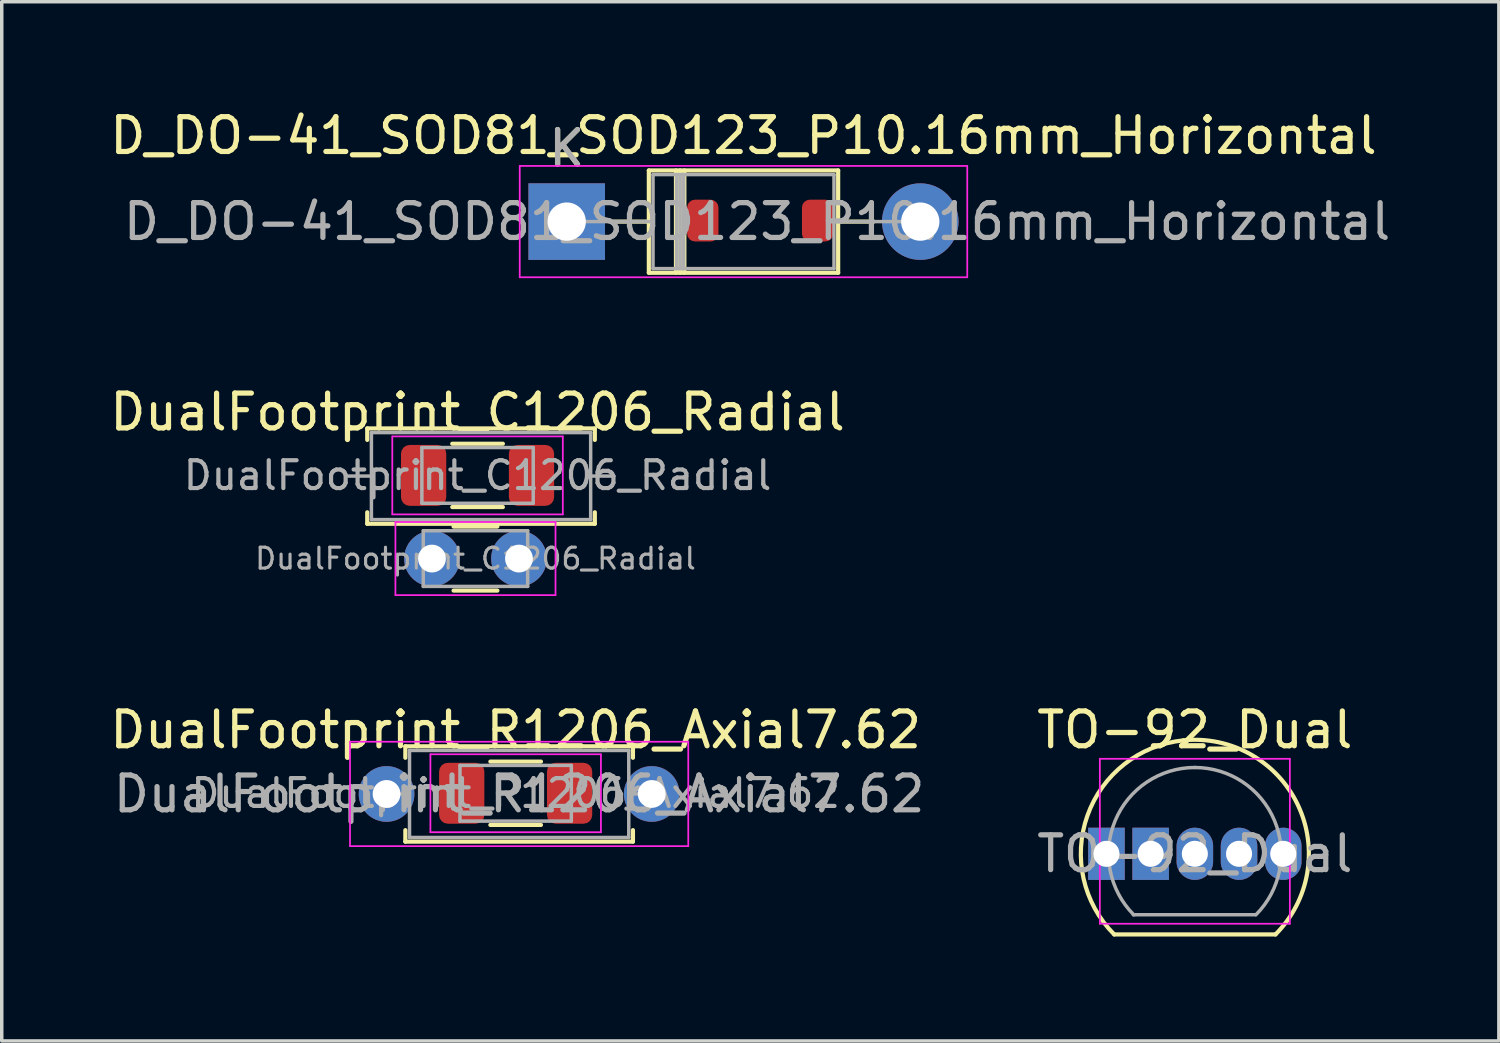
<source format=kicad_pcb>
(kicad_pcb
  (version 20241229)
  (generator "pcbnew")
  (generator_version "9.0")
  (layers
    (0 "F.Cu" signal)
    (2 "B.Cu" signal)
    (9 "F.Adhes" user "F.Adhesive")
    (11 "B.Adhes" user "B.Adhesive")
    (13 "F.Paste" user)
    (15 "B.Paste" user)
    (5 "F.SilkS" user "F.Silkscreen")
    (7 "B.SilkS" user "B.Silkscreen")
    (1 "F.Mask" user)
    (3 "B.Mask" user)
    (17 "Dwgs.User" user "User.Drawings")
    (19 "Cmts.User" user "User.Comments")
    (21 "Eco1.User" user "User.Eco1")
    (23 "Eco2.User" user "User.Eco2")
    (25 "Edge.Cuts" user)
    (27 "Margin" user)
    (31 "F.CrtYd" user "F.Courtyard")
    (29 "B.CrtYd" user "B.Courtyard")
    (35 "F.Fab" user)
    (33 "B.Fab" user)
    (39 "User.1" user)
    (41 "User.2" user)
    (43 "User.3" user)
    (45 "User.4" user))
  (footprint "DualFootprint_R1206_Axial7.62"
    (layer "F.Cu")
    (at 11.768 19.745)
    (property "Reference" "DualFootprint_R1206_Axial7.62" (at 0 -1.82 0) (layer "F.SilkS") (effects (font (size 1 1) (thickness 0.15))))
    (attr smd)
    (fp_line (start -3.17 -1.35) (end 3.37 -1.35) (stroke (width 0.12) (type solid)) (layer "F.SilkS"))
    (fp_line (start -3.17 -1.02) (end -3.17 -1.35) (stroke (width 0.12) (type solid)) (layer "F.SilkS"))
    (fp_line (start -3.17 1.06) (end -3.17 1.39) (stroke (width 0.12) (type solid)) (layer "F.SilkS"))
    (fp_line (start -3.17 1.39) (end 3.37 1.39) (stroke (width 0.12) (type solid)) (layer "F.SilkS"))
    (fp_line (start -0.727 -0.91) (end 0.727 -0.91) (stroke (width 0.12) (type solid)) (layer "F.SilkS"))
    (fp_line (start -0.727 0.91) (end 0.727 0.91) (stroke (width 0.12) (type solid)) (layer "F.SilkS"))
    (fp_line (start 3.37 -1.35) (end 3.37 -1.02) (stroke (width 0.12) (type solid)) (layer "F.SilkS"))
    (fp_line (start 3.37 1.39) (end 3.37 1.06) (stroke (width 0.12) (type solid)) (layer "F.SilkS"))
    (fp_line (start -4.76 -1.48) (end -4.76 1.52) (stroke (width 0.05) (type solid)) (layer "F.CrtYd"))
    (fp_line (start -4.76 1.52) (end 4.96 1.52) (stroke (width 0.05) (type solid)) (layer "F.CrtYd"))
    (fp_line (start -2.45 -1.12) (end 2.45 -1.12) (stroke (width 0.05) (type solid)) (layer "F.CrtYd"))
    (fp_line (start -2.45 1.12) (end -2.45 -1.12) (stroke (width 0.05) (type solid)) (layer "F.CrtYd"))
    (fp_line (start 2.45 -1.12) (end 2.45 1.12) (stroke (width 0.05) (type solid)) (layer "F.CrtYd"))
    (fp_line (start 2.45 1.12) (end -2.45 1.12) (stroke (width 0.05) (type solid)) (layer "F.CrtYd"))
    (fp_line (start 4.96 -1.48) (end -4.76 -1.48) (stroke (width 0.05) (type solid)) (layer "F.CrtYd"))
    (fp_line (start 4.96 1.52) (end 4.96 -1.48) (stroke (width 0.05) (type solid)) (layer "F.CrtYd"))
    (fp_line (start -3.71 0.02) (end -3.05 0.02) (stroke (width 0.1) (type solid)) (layer "F.Fab"))
    (fp_line (start -3.05 -1.23) (end -3.05 1.27) (stroke (width 0.1) (type solid)) (layer "F.Fab"))
    (fp_line (start -3.05 1.27) (end 3.25 1.27) (stroke (width 0.1) (type solid)) (layer "F.Fab"))
    (fp_line (start -1.6 -0.8) (end 1.6 -0.8) (stroke (width 0.1) (type solid)) (layer "F.Fab"))
    (fp_line (start -1.6 0.8) (end -1.6 -0.8) (stroke (width 0.1) (type solid)) (layer "F.Fab"))
    (fp_line (start 1.6 -0.8) (end 1.6 0.8) (stroke (width 0.1) (type solid)) (layer "F.Fab"))
    (fp_line (start 1.6 0.8) (end -1.6 0.8) (stroke (width 0.1) (type solid)) (layer "F.Fab"))
    (fp_line (start 3.25 -1.23) (end -3.05 -1.23) (stroke (width 0.1) (type solid)) (layer "F.Fab"))
    (fp_line (start 3.25 1.27) (end 3.25 -1.23) (stroke (width 0.1) (type solid)) (layer "F.Fab"))
    (fp_line (start 3.91 0.02) (end 3.25 0.02) (stroke (width 0.1) (type solid)) (layer "F.Fab"))
    (fp_text user "${REFERENCE}" (at 0 0 0) (layer "F.Fab") (effects (font (size 0.8 0.8) (thickness 0.12))))
    (fp_text user "${REFERENCE}" (at 0.1 0.02 0) (layer "F.Fab") (effects (font (size 1 1) (thickness 0.15))))
    (pad "1" thru_hole circle (at -3.71 0.02) (size 1.6 1.6) (drill 0.8) (layers "*.Cu" "*.Mask"))
    (pad "1" smd roundrect (at -1.55 0) (size 1.3 1.75) (layers "F.Cu" "F.Mask" "F.Paste") (roundrect_rratio 0.192))
    (pad "2" smd roundrect (at 1.55 0) (size 1.3 1.75) (layers "F.Cu" "F.Mask" "F.Paste") (roundrect_rratio 0.192))
    (pad "2" thru_hole oval (at 3.91 0.02) (size 1.6 1.6) (drill 0.8) (layers "*.Cu" "*.Mask")))
  (footprint "D_DO-41_SOD81_SOD123_P10.16mm_Horizontal"
    (layer "F.Cu")
    (at 13.235 3.318)
    (property "Reference" "D_DO-41_SOD81_SOD123_P10.16mm_Horizontal" (at 5.08 -2.47 0) (layer "F.SilkS") (effects (font (size 1 1) (thickness 0.15))))
    (attr through_hole)
    (fp_line (start 1.34 0) (end 2.36 0) (stroke (width 0.12) (type solid)) (layer "F.SilkS"))
    (fp_line (start 2.36 -1.47) (end 2.36 1.47) (stroke (width 0.12) (type solid)) (layer "F.SilkS"))
    (fp_line (start 2.36 1.47) (end 7.8 1.47) (stroke (width 0.12) (type solid)) (layer "F.SilkS"))
    (fp_line (start 3.14 -1.47) (end 3.14 1.47) (stroke (width 0.12) (type solid)) (layer "F.SilkS"))
    (fp_line (start 3.26 -1.47) (end 3.26 1.47) (stroke (width 0.12) (type solid)) (layer "F.SilkS"))
    (fp_line (start 3.38 -1.47) (end 3.38 1.47) (stroke (width 0.12) (type solid)) (layer "F.SilkS"))
    (fp_line (start 7.8 -1.47) (end 2.36 -1.47) (stroke (width 0.12) (type solid)) (layer "F.SilkS"))
    (fp_line (start 7.8 1.47) (end 7.8 -1.47) (stroke (width 0.12) (type solid)) (layer "F.SilkS"))
    (fp_line (start 8.82 0) (end 7.8 0) (stroke (width 0.12) (type solid)) (layer "F.SilkS"))
    (fp_line (start -1.35 -1.6) (end -1.35 1.6) (stroke (width 0.05) (type solid)) (layer "F.CrtYd"))
    (fp_line (start -1.35 1.6) (end 11.51 1.6) (stroke (width 0.05) (type solid)) (layer "F.CrtYd"))
    (fp_line (start 11.51 -1.6) (end -1.35 -1.6) (stroke (width 0.05) (type solid)) (layer "F.CrtYd"))
    (fp_line (start 11.51 1.6) (end 11.51 -1.6) (stroke (width 0.05) (type solid)) (layer "F.CrtYd"))
    (fp_line (start 0 0) (end 2.48 0) (stroke (width 0.1) (type solid)) (layer "F.Fab"))
    (fp_line (start 2.48 -1.35) (end 2.48 1.35) (stroke (width 0.1) (type solid)) (layer "F.Fab"))
    (fp_line (start 2.48 1.35) (end 7.68 1.35) (stroke (width 0.1) (type solid)) (layer "F.Fab"))
    (fp_line (start 3.16 -1.35) (end 3.16 1.35) (stroke (width 0.1) (type solid)) (layer "F.Fab"))
    (fp_line (start 3.26 -1.35) (end 3.26 1.35) (stroke (width 0.1) (type solid)) (layer "F.Fab"))
    (fp_line (start 3.36 -1.35) (end 3.36 1.35) (stroke (width 0.1) (type solid)) (layer "F.Fab"))
    (fp_line (start 7.68 -1.35) (end 2.48 -1.35) (stroke (width 0.1) (type solid)) (layer "F.Fab"))
    (fp_line (start 7.68 1.35) (end 7.68 -1.35) (stroke (width 0.1) (type solid)) (layer "F.Fab"))
    (fp_line (start 10.16 0) (end 7.68 0) (stroke (width 0.1) (type solid)) (layer "F.Fab"))
    (fp_text user "K" (at 0 -2.1 0) (layer "F.SilkS") (effects (font (size 1 1) (thickness 0.15))))
    (fp_text user "${REFERENCE}" (at 5.47 0 0) (layer "F.Fab") (effects (font (size 1 1) (thickness 0.15))))
    (fp_text user "K" (at 0 -2.1 0) (layer "F.Fab") (effects (font (size 1 1) (thickness 0.15))))
    (pad "1" thru_hole rect (at 0 0) (size 2.2 2.2) (drill 1.1) (layers "*.Cu" "*.Mask"))
    (pad "1" smd roundrect (at 3.91 -0.03) (size 0.9 1.2) (layers "F.Cu" "F.Mask" "F.Paste") (roundrect_rratio 0.25))
    (pad "2" smd roundrect (at 7.21 -0.03) (size 0.9 1.2) (layers "F.Cu" "F.Mask" "F.Paste") (roundrect_rratio 0.25))
    (pad "2" thru_hole oval (at 10.16 0) (size 2.2 2.2) (drill 1.1) (layers "*.Cu" "*.Mask")))
  (footprint "TO-92_Dual"
    (layer "F.Cu")
    (at 30.015 21.485)
    (property "Reference" "TO-92_Dual" (at 1.27 -3.56 0) (layer "F.SilkS") (effects (font (size 1 1) (thickness 0.15))))
    (attr through_hole)
    (fp_line (start -1.047 2.317) (end 3.587 2.317) (stroke (width 0.12) (type solid)) (layer "F.SilkS"))
    (fp_arc (start -1.046948 2.316948) (mid -1.816611 -1.099694) (end 0.94 -3.259999) (stroke (width 0.12) (type solid)) (layer "F.SilkS"))
    (fp_arc (start 0.94 -3.259998) (mid 4.230164 -1.404962) (end 3.586947 2.316947) (stroke (width 0.12) (type solid)) (layer "F.SilkS"))
    (fp_line (start -1.46 -2.73) (end -1.46 2.01) (stroke (width 0.05) (type solid)) (layer "F.CrtYd"))
    (fp_line (start -1.46 -2.73) (end 4 -2.73) (stroke (width 0.05) (type solid)) (layer "F.CrtYd"))
    (fp_line (start 4 2.01) (end -1.46 2.01) (stroke (width 0.05) (type solid)) (layer "F.CrtYd"))
    (fp_line (start 4 2.01) (end 4 -2.73) (stroke (width 0.05) (type solid)) (layer "F.CrtYd"))
    (fp_line (start -0.5 1.75) (end 3 1.75) (stroke (width 0.1) (type solid)) (layer "F.Fab"))
    (fp_arc (start -0.483625 1.753625) (mid -1.021221 -0.949055) (end 1.27 -2.48) (stroke (width 0.1) (type solid)) (layer "F.Fab"))
    (fp_arc (start 1.27 -2.48) (mid 3.561221 -0.949055) (end 3.023625 1.753625) (stroke (width 0.1) (type solid)) (layer "F.Fab"))
    (fp_text user "${REFERENCE}" (at 1.27 0 0) (layer "F.Fab") (effects (font (size 1 1) (thickness 0.15))))
    (pad "1" thru_hole rect (at -1.27 0) (size 1.05 1.5) (drill 0.75) (layers "*.Cu" "*.Mask"))
    (pad "1" thru_hole rect (at 0 0) (size 1.05 1.5) (drill 0.75) (layers "*.Cu" "*.Mask"))
    (pad "2" thru_hole oval (at 1.27 0) (size 1.05 1.5) (drill 0.75) (layers "*.Cu" "*.Mask"))
    (pad "3" thru_hole oval (at 2.54 0) (size 1.05 1.5) (drill 0.75) (layers "*.Cu" "*.Mask"))
    (pad "3" thru_hole oval (at 3.81 0) (size 1.05 1.5) (drill 0.75) (layers "*.Cu" "*.Mask")))
  (footprint "DualFootprint_C1206_Radial"
    (layer "F.Cu")
    (at 10.673 10.611)
    (property "Reference" "DualFootprint_C1206_Radial" (at 0 -1.82 0) (layer "F.SilkS") (effects (font (size 1 1) (thickness 0.15))))
    (attr smd)
    (fp_line (start -3.17 -1.35) (end 3.37 -1.35) (stroke (width 0.12) (type solid)) (layer "F.SilkS"))
    (fp_line (start -3.17 -1.02) (end -3.17 -1.35) (stroke (width 0.12) (type solid)) (layer "F.SilkS"))
    (fp_line (start -3.17 1.06) (end -3.17 1.39) (stroke (width 0.12) (type solid)) (layer "F.SilkS"))
    (fp_line (start -3.17 1.39) (end 3.37 1.39) (stroke (width 0.12) (type solid)) (layer "F.SilkS"))
    (fp_line (start -0.727 -0.91) (end 0.727 -0.91) (stroke (width 0.12) (type solid)) (layer "F.SilkS"))
    (fp_line (start -0.727 0.91) (end 0.727 0.91) (stroke (width 0.12) (type solid)) (layer "F.SilkS"))
    (fp_line (start -0.689 1.47) (end 0.569 1.47) (stroke (width 0.12) (type solid)) (layer "F.SilkS"))
    (fp_line (start -0.689 3.31) (end 0.569 3.31) (stroke (width 0.12) (type solid)) (layer "F.SilkS"))
    (fp_line (start 3.37 -1.35) (end 3.37 -1.02) (stroke (width 0.12) (type solid)) (layer "F.SilkS"))
    (fp_line (start 3.37 1.39) (end 3.37 1.06) (stroke (width 0.12) (type solid)) (layer "F.SilkS"))
    (fp_line (start -2.45 -1.12) (end 2.45 -1.12) (stroke (width 0.05) (type solid)) (layer "F.CrtYd"))
    (fp_line (start -2.45 1.12) (end -2.45 -1.12) (stroke (width 0.05) (type solid)) (layer "F.CrtYd"))
    (fp_line (start -2.36 1.34) (end -2.36 3.44) (stroke (width 0.05) (type solid)) (layer "F.CrtYd"))
    (fp_line (start -2.36 3.44) (end 2.24 3.44) (stroke (width 0.05) (type solid)) (layer "F.CrtYd"))
    (fp_line (start 2.24 1.34) (end -2.36 1.34) (stroke (width 0.05) (type solid)) (layer "F.CrtYd"))
    (fp_line (start 2.24 3.44) (end 2.24 1.34) (stroke (width 0.05) (type solid)) (layer "F.CrtYd"))
    (fp_line (start 2.45 -1.12) (end 2.45 1.12) (stroke (width 0.05) (type solid)) (layer "F.CrtYd"))
    (fp_line (start 2.45 1.12) (end -2.45 1.12) (stroke (width 0.05) (type solid)) (layer "F.CrtYd"))
    (fp_line (start -3.71 0.02) (end -3.05 0.02) (stroke (width 0.1) (type solid)) (layer "F.Fab"))
    (fp_line (start -3.05 -1.23) (end -3.05 1.27) (stroke (width 0.1) (type solid)) (layer "F.Fab"))
    (fp_line (start -3.05 1.27) (end 3.25 1.27) (stroke (width 0.1) (type solid)) (layer "F.Fab"))
    (fp_line (start -1.6 -0.8) (end 1.6 -0.8) (stroke (width 0.1) (type solid)) (layer "F.Fab"))
    (fp_line (start -1.6 0.8) (end -1.6 -0.8) (stroke (width 0.1) (type solid)) (layer "F.Fab"))
    (fp_line (start -1.56 1.59) (end -1.56 3.19) (stroke (width 0.1) (type solid)) (layer "F.Fab"))
    (fp_line (start -1.56 3.19) (end 1.44 3.19) (stroke (width 0.1) (type solid)) (layer "F.Fab"))
    (fp_line (start 1.44 1.59) (end -1.56 1.59) (stroke (width 0.1) (type solid)) (layer "F.Fab"))
    (fp_line (start 1.44 3.19) (end 1.44 1.59) (stroke (width 0.1) (type solid)) (layer "F.Fab"))
    (fp_line (start 1.6 -0.8) (end 1.6 0.8) (stroke (width 0.1) (type solid)) (layer "F.Fab"))
    (fp_line (start 1.6 0.8) (end -1.6 0.8) (stroke (width 0.1) (type solid)) (layer "F.Fab"))
    (fp_line (start 3.25 -1.23) (end -3.05 -1.23) (stroke (width 0.1) (type solid)) (layer "F.Fab"))
    (fp_line (start 3.25 1.27) (end 3.25 -1.23) (stroke (width 0.1) (type solid)) (layer "F.Fab"))
    (fp_line (start 3.91 0.02) (end 3.25 0.02) (stroke (width 0.1) (type solid)) (layer "F.Fab"))
    (fp_text user "${REFERENCE}" (at 0 0 0) (layer "F.Fab") (effects (font (size 0.8 0.8) (thickness 0.12))))
    (fp_text user "${REFERENCE}" (at -0.06 2.39 0) (layer "F.Fab") (effects (font (size 0.6 0.6) (thickness 0.09))))
    (pad "1" smd roundrect (at -1.55 0) (size 1.3 1.75) (layers "F.Cu" "F.Mask" "F.Paste") (roundrect_rratio 0.192))
    (pad "1" thru_hole circle (at -1.31 2.39) (size 1.6 1.6) (drill 0.8) (layers "*.Cu" "*.Mask"))
    (pad "2" thru_hole circle (at 1.19 2.39) (size 1.6 1.6) (drill 0.8) (layers "*.Cu" "*.Mask"))
    (pad "2" smd roundrect (at 1.55 0) (size 1.3 1.75) (layers "F.Cu" "F.Mask" "F.Paste") (roundrect_rratio 0.192)))
  (gr_rect
    (start -3 -3)
    (end 40.021 26.862)
    (stroke (width 0.1) (type default))
    (fill no)
    (layer "Edge.Cuts")))
</source>
